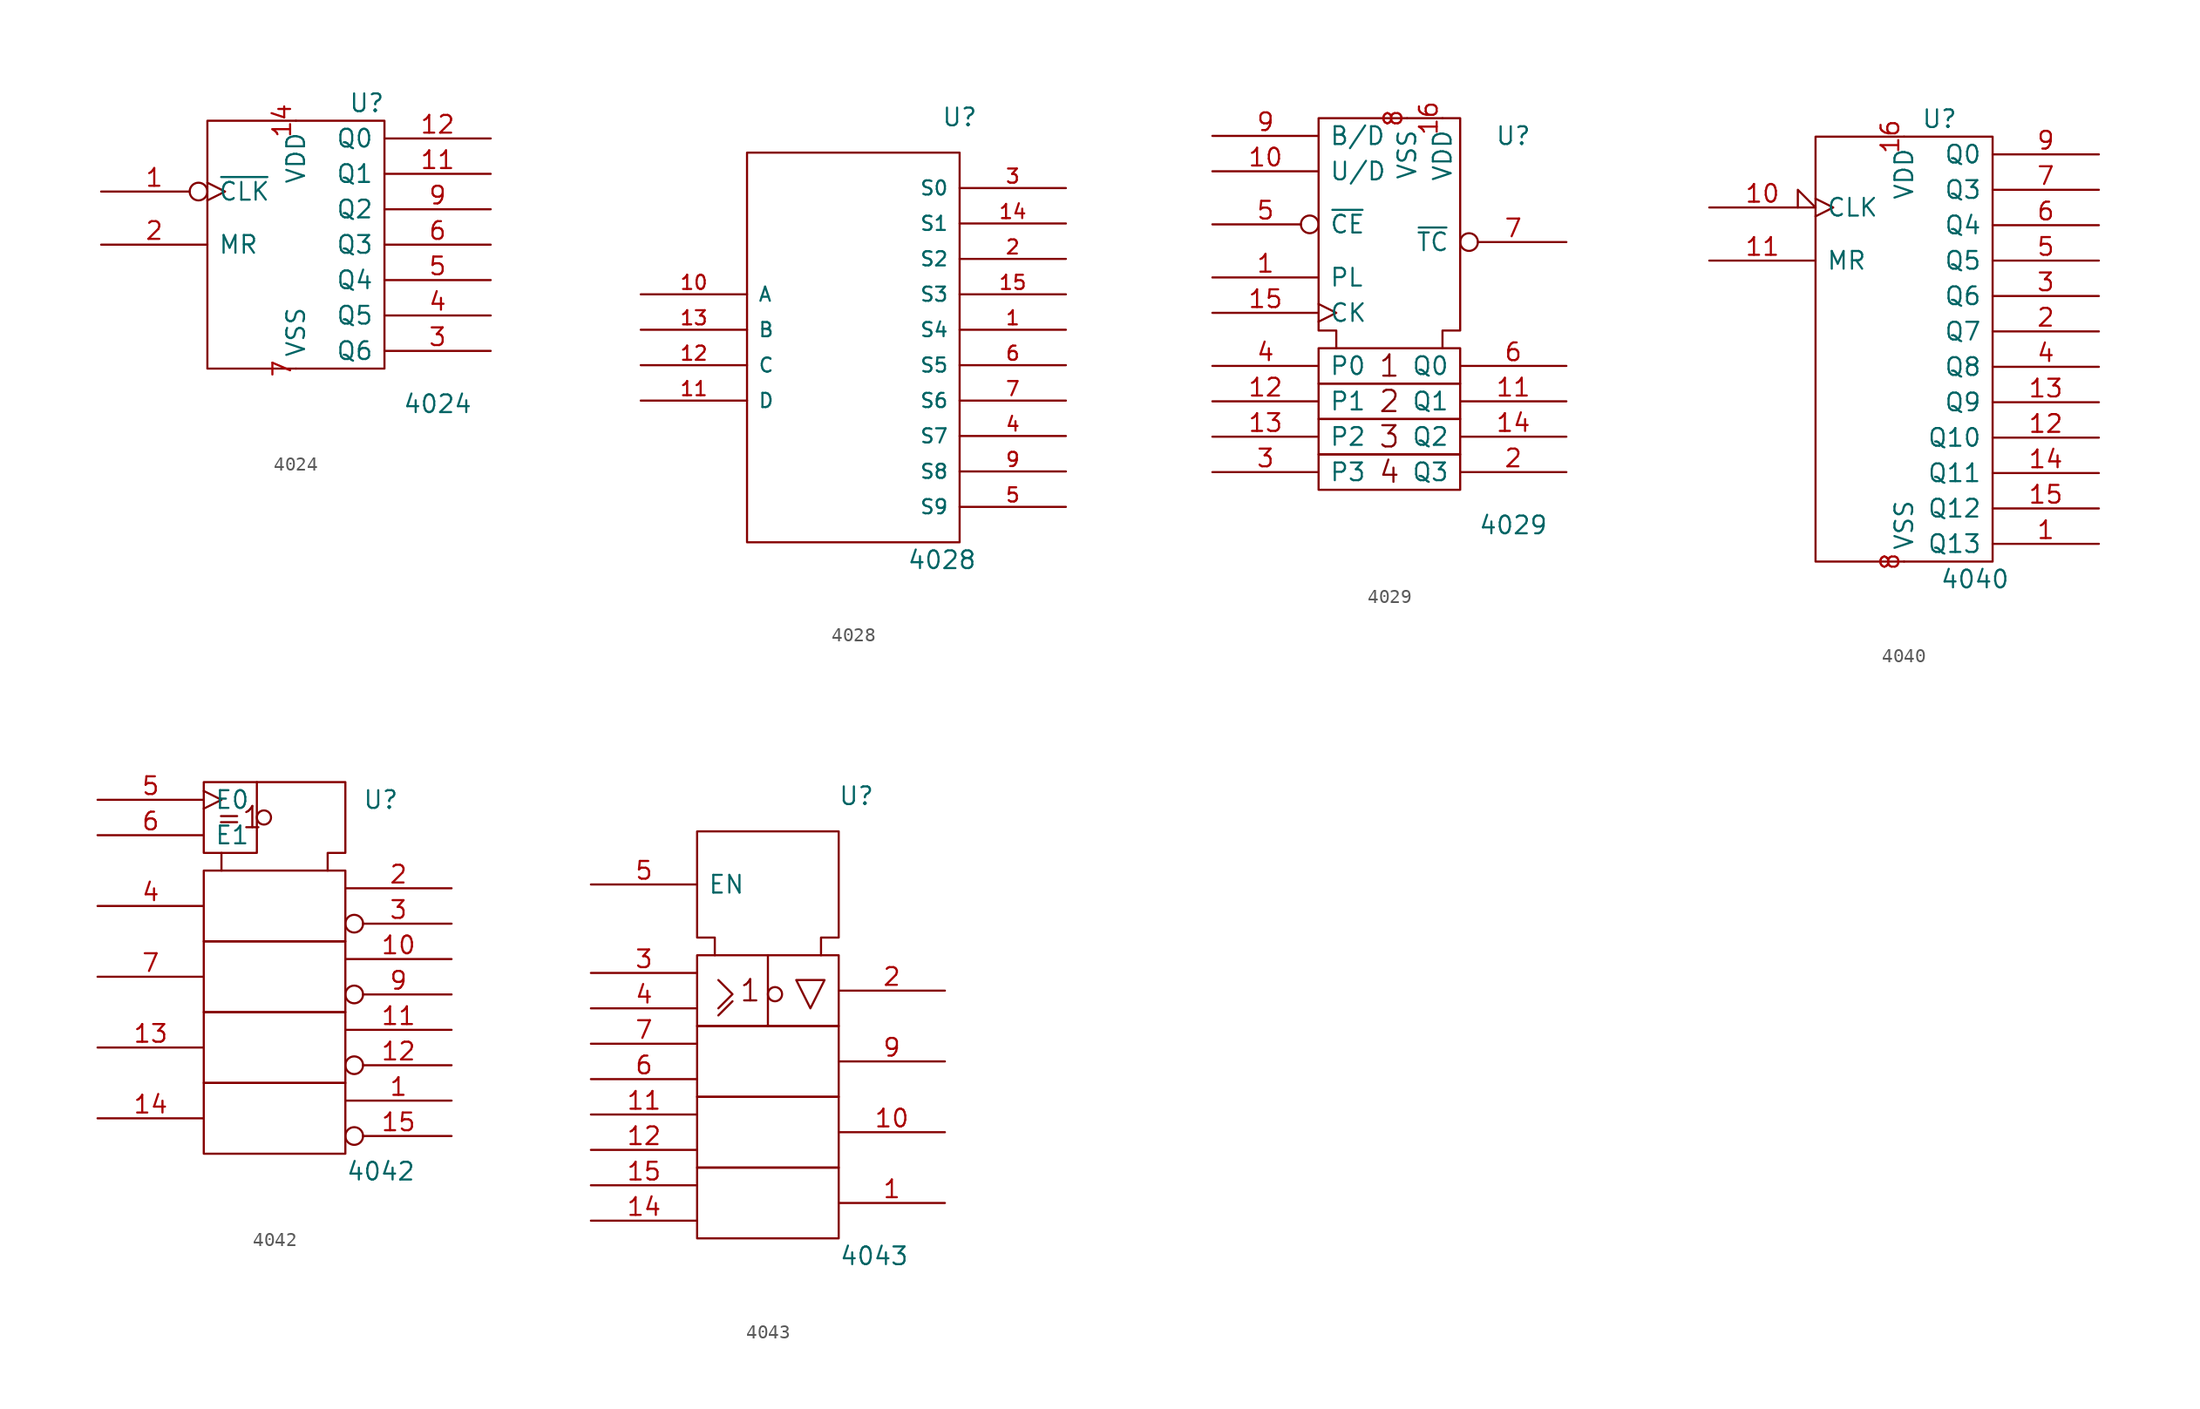
<source format=kicad_sym>
(kicad_symbol_lib
  (version 20201005)
  (generator kicad_symbol_editor)
  (symbol "4024"
    (pin_names
      (offset 0.762))
    (property "Reference" "U"
      (at 5.08 11.43 0)
      (effects (font (size 1.27 1.27))))
    (property "Value" "4024"
      (at 10.16 -10.16 0)
      (effects (font (size 1.27 1.27))))
    (symbol "4024_0_0"
      (rectangle (start -6.35 10.16) (end 6.35 -7.62) (stroke (width 0)) (fill (type none)))
      (pin power_in line (at 0 10.16 270) (length 0) (name "VDD" (effects (font (size 1.27 1.27)))) (number "14" (effects (font (size 1.27 1.27)))))
      (pin power_in line (at 0 -7.62 90) (length 0) (name "VSS" (effects (font (size 1.27 1.27)))) (number "7" (effects (font (size 1.27 1.27))))))
    (symbol "4024_1_1"
      (pin input inverted_clock (at -13.97 5.08 0) (length 7.62) (name "~CLK" (effects (font (size 1.27 1.27)))) (number "1" (effects (font (size 1.27 1.27)))))
      (pin output line (at 13.97 6.35 180) (length 7.62) (name "Q1" (effects (font (size 1.27 1.27)))) (number "11" (effects (font (size 1.27 1.27)))))
      (pin output line (at 13.97 8.89 180) (length 7.62) (name "Q0" (effects (font (size 1.27 1.27)))) (number "12" (effects (font (size 1.27 1.27)))))
      (pin input line (at -13.97 1.27 0) (length 7.62) (name "MR" (effects (font (size 1.27 1.27)))) (number "2" (effects (font (size 1.27 1.27)))))
      (pin output line (at 13.97 -6.35 180) (length 7.62) (name "Q6" (effects (font (size 1.27 1.27)))) (number "3" (effects (font (size 1.27 1.27)))))
      (pin output line (at 13.97 -3.81 180) (length 7.62) (name "Q5" (effects (font (size 1.27 1.27)))) (number "4" (effects (font (size 1.27 1.27)))))
      (pin output line (at 13.97 -1.27 180) (length 7.62) (name "Q4" (effects (font (size 1.27 1.27)))) (number "5" (effects (font (size 1.27 1.27)))))
      (pin output line (at 13.97 1.27 180) (length 7.62) (name "Q3" (effects (font (size 1.27 1.27)))) (number "6" (effects (font (size 1.27 1.27)))))
      (pin output line (at 13.97 3.81 180) (length 7.62) (name "Q2" (effects (font (size 1.27 1.27)))) (number "9" (effects (font (size 1.27 1.27)))))))
  (symbol "4028"
    (pin_names
      (offset 0.762))
    (property "Reference" "U"
      (at 7.62 16.51 0)
      (effects (font (size 1.27 1.27))))
    (property "Value" "4028"
      (at 6.35 -15.24 0)
      (effects (font (size 1.27 1.27))))
    (symbol "4028_0_0"
      (pin power_in line (at 0 13.97 270) (length 0) hide (name "VDD" (effects (font (size 1.016 1.016)))) (number "16" (effects (font (size 1.016 1.016))))))
    (symbol "4028_0_1"
      (rectangle (start -7.62 13.97) (end 7.62 -13.97) (stroke (width 0)) (fill (type none)))
      (pin power_in line (at 0 -13.97 90) (length 0) hide (name "VSS" (effects (font (size 1.016 1.016)))) (number "8" (effects (font (size 1.016 1.016))))))
    (symbol "4028_1_1"
      (pin output line (at 15.24 1.27 180) (length 7.62) (name "S4" (effects (font (size 1.016 1.016)))) (number "1" (effects (font (size 1.016 1.016)))))
      (pin input line (at -15.24 3.81 0) (length 7.62) (name "A" (effects (font (size 1.016 1.016)))) (number "10" (effects (font (size 1.016 1.016)))))
      (pin input line (at -15.24 -3.81 0) (length 7.62) (name "D" (effects (font (size 1.016 1.016)))) (number "11" (effects (font (size 1.016 1.016)))))
      (pin input line (at -15.24 -1.27 0) (length 7.62) (name "C" (effects (font (size 1.016 1.016)))) (number "12" (effects (font (size 1.016 1.016)))))
      (pin input line (at -15.24 1.27 0) (length 7.62) (name "B" (effects (font (size 1.016 1.016)))) (number "13" (effects (font (size 1.016 1.016)))))
      (pin output line (at 15.24 8.89 180) (length 7.62) (name "S1" (effects (font (size 1.016 1.016)))) (number "14" (effects (font (size 1.016 1.016)))))
      (pin output line (at 15.24 3.81 180) (length 7.62) (name "S3" (effects (font (size 1.016 1.016)))) (number "15" (effects (font (size 1.016 1.016)))))
      (pin output line (at 15.24 6.35 180) (length 7.62) (name "S2" (effects (font (size 1.016 1.016)))) (number "2" (effects (font (size 1.016 1.016)))))
      (pin output line (at 15.24 11.43 180) (length 7.62) (name "S0" (effects (font (size 1.016 1.016)))) (number "3" (effects (font (size 1.016 1.016)))))
      (pin output line (at 15.24 -6.35 180) (length 7.62) (name "S7" (effects (font (size 1.016 1.016)))) (number "4" (effects (font (size 1.016 1.016)))))
      (pin output line (at 15.24 -11.43 180) (length 7.62) (name "S9" (effects (font (size 1.016 1.016)))) (number "5" (effects (font (size 1.016 1.016)))))
      (pin output line (at 15.24 -1.27 180) (length 7.62) (name "S5" (effects (font (size 1.016 1.016)))) (number "6" (effects (font (size 1.016 1.016)))))
      (pin output line (at 15.24 -3.81 180) (length 7.62) (name "S6" (effects (font (size 1.016 1.016)))) (number "7" (effects (font (size 1.016 1.016)))))
      (pin output line (at 15.24 -8.89 180) (length 7.62) (name "S8" (effects (font (size 1.016 1.016)))) (number "9" (effects (font (size 1.016 1.016)))))))
  (symbol "4029"
    (pin_names
      (offset 0.762))
    (property "Reference" "U"
      (at 8.89 8.89 0)
      (effects (font (size 1.27 1.27))))
    (property "Value" "4029"
      (at 8.89 -19.05 0)
      (effects (font (size 1.27 1.27))))
    (symbol "4029_0_0"
      (text "1" (at 0 -7.62 0) (effects (font (size 1.524 1.524))))
      (text "2" (at 0 -10.16 0) (effects (font (size 1.524 1.524))))
      (text "3" (at 0 -12.7 0) (effects (font (size 1.524 1.524))))
      (text "4" (at 0 -15.24 0) (effects (font (size 1.524 1.524))))
      (rectangle (start -5.08 -13.97) (end 5.08 -16.51) (stroke (width 0)) (fill (type none)))
      (rectangle (start -5.08 -11.43) (end 5.08 -13.97) (stroke (width 0)) (fill (type none)))
      (rectangle (start -5.08 -8.89) (end 5.08 -11.43) (stroke (width 0)) (fill (type none)))
      (rectangle (start -5.08 -6.35) (end 5.08 -8.89) (stroke (width 0)) (fill (type none)))
      (polyline (pts (xy -3.81 -6.35) (xy -3.81 -5.08) (xy -5.08 -5.08) (xy -5.08 10.16) (xy 5.08 10.16) (xy 5.08 -5.08) (xy 3.81 -5.08) (xy 3.81 -6.35) (xy 3.81 -6.35)) (stroke (width 0)) (fill (type none))))
    (symbol "4029_1_1"
      (pin input line (at -12.7 -1.27 0) (length 7.62) (name "PL" (effects (font (size 1.27 1.27)))) (number "1" (effects (font (size 1.27 1.27)))))
      (pin input line (at -12.7 6.35 0) (length 7.62) (name "U/D" (effects (font (size 1.27 1.27)))) (number "10" (effects (font (size 1.27 1.27)))))
      (pin output line (at 12.7 -10.16 180) (length 7.62) (name "Q1" (effects (font (size 1.27 1.27)))) (number "11" (effects (font (size 1.27 1.27)))))
      (pin input line (at -12.7 -10.16 0) (length 7.62) (name "P1" (effects (font (size 1.27 1.27)))) (number "12" (effects (font (size 1.27 1.27)))))
      (pin input line (at -12.7 -12.7 0) (length 7.62) (name "P2" (effects (font (size 1.27 1.27)))) (number "13" (effects (font (size 1.27 1.27)))))
      (pin output line (at 12.7 -12.7 180) (length 7.62) (name "Q2" (effects (font (size 1.27 1.27)))) (number "14" (effects (font (size 1.27 1.27)))))
      (pin input clock (at -12.7 -3.81 0) (length 7.62) (name "CK" (effects (font (size 1.27 1.27)))) (number "15" (effects (font (size 1.27 1.27)))))
      (pin power_in line (at 3.81 10.16 270) (length 0) (name "VDD" (effects (font (size 1.27 1.27)))) (number "16" (effects (font (size 1.27 1.27)))))
      (pin output line (at 12.7 -15.24 180) (length 7.62) (name "Q3" (effects (font (size 1.27 1.27)))) (number "2" (effects (font (size 1.27 1.27)))))
      (pin input line (at -12.7 -15.24 0) (length 7.62) (name "P3" (effects (font (size 1.27 1.27)))) (number "3" (effects (font (size 1.27 1.27)))))
      (pin input line (at -12.7 -7.62 0) (length 7.62) (name "P0" (effects (font (size 1.27 1.27)))) (number "4" (effects (font (size 1.27 1.27)))))
      (pin input inverted (at -12.7 2.54 0) (length 7.62) (name "~CE" (effects (font (size 1.27 1.27)))) (number "5" (effects (font (size 1.27 1.27)))))
      (pin output line (at 12.7 -7.62 180) (length 7.62) (name "Q0" (effects (font (size 1.27 1.27)))) (number "6" (effects (font (size 1.27 1.27)))))
      (pin output inverted (at 12.7 1.27 180) (length 7.62) (name "~TC" (effects (font (size 1.27 1.27)))) (number "7" (effects (font (size 1.27 1.27)))))
      (pin power_in line (at 1.27 10.16 270) (length 0) (name "VSS" (effects (font (size 1.27 1.27)))) (number "8" (effects (font (size 1.27 1.27)))))
      (pin input line (at -12.7 8.89 0) (length 7.62) (name "B/D" (effects (font (size 1.27 1.27)))) (number "9" (effects (font (size 1.27 1.27)))))))
  (symbol "4040"
    (pin_names
      (offset 0.762))
    (property "Reference" "U"
      (at 2.54 16.51 0)
      (effects (font (size 1.27 1.27))))
    (property "Value" "4040"
      (at 5.08 -16.51 0)
      (effects (font (size 1.27 1.27))))
    (symbol "4040_0_0"
      (rectangle (start -6.35 15.24) (end 6.35 -15.24) (stroke (width 0)) (fill (type none)))
      (pin power_in line (at 0 15.24 270) (length 0) (name "VDD" (effects (font (size 1.27 1.27)))) (number "16" (effects (font (size 1.27 1.27)))))
      (pin power_in line (at 0 -15.24 90) (length 0) (name "VSS" (effects (font (size 1.27 1.27)))) (number "8" (effects (font (size 1.27 1.27))))))
    (symbol "4040_1_1"
      (pin output line (at 13.97 -13.97 180) (length 7.62) (name "Q13" (effects (font (size 1.27 1.27)))) (number "1" (effects (font (size 1.27 1.27)))))
      (pin input clock_low (at -13.97 10.16 0) (length 7.62) (name "CLK" (effects (font (size 1.27 1.27)))) (number "10" (effects (font (size 1.27 1.27)))))
      (pin input line (at -13.97 6.35 0) (length 7.62) (name "MR" (effects (font (size 1.27 1.27)))) (number "11" (effects (font (size 1.27 1.27)))))
      (pin output line (at 13.97 -6.35 180) (length 7.62) (name "Q10" (effects (font (size 1.27 1.27)))) (number "12" (effects (font (size 1.27 1.27)))))
      (pin output line (at 13.97 -3.81 180) (length 7.62) (name "Q9" (effects (font (size 1.27 1.27)))) (number "13" (effects (font (size 1.27 1.27)))))
      (pin output line (at 13.97 -8.89 180) (length 7.62) (name "Q11" (effects (font (size 1.27 1.27)))) (number "14" (effects (font (size 1.27 1.27)))))
      (pin output line (at 13.97 -11.43 180) (length 7.62) (name "Q12" (effects (font (size 1.27 1.27)))) (number "15" (effects (font (size 1.27 1.27)))))
      (pin output line (at 13.97 1.27 180) (length 7.62) (name "Q7" (effects (font (size 1.27 1.27)))) (number "2" (effects (font (size 1.27 1.27)))))
      (pin output line (at 13.97 3.81 180) (length 7.62) (name "Q6" (effects (font (size 1.27 1.27)))) (number "3" (effects (font (size 1.27 1.27)))))
      (pin output line (at 13.97 -1.27 180) (length 7.62) (name "Q8" (effects (font (size 1.27 1.27)))) (number "4" (effects (font (size 1.27 1.27)))))
      (pin output line (at 13.97 6.35 180) (length 7.62) (name "Q5" (effects (font (size 1.27 1.27)))) (number "5" (effects (font (size 1.27 1.27)))))
      (pin output line (at 13.97 8.89 180) (length 7.62) (name "Q4" (effects (font (size 1.27 1.27)))) (number "6" (effects (font (size 1.27 1.27)))))
      (pin output line (at 13.97 11.43 180) (length 7.62) (name "Q3" (effects (font (size 1.27 1.27)))) (number "7" (effects (font (size 1.27 1.27)))))
      (pin output line (at 13.97 13.97 180) (length 7.62) (name "Q0" (effects (font (size 1.27 1.27)))) (number "9" (effects (font (size 1.27 1.27)))))))
  (symbol "4042"
    (pin_names
      (offset 0.762))
    (property "Reference" "U"
      (at 7.62 11.43 0)
      (effects (font (size 1.27 1.27))))
    (property "Value" "4042"
      (at 7.62 -15.24 0)
      (effects (font (size 1.27 1.27))))
    (symbol "4042_0_0"
      (circle (center -0.762 10.16) (radius 0.508) (stroke (width 0)) (fill (type none)))
      (text "=1" (at -2.54 10.16 0) (effects (font (size 1.524 1.524))))
      (polyline (pts (xy -1.27 12.7) (xy -1.27 7.62) (xy -3.81 7.62) (xy -3.81 7.62)) (stroke (width 0)) (fill (type none))))
    (symbol "4042_0_1"
      (rectangle (start -5.08 -8.89) (end 5.08 -13.97) (stroke (width 0)) (fill (type none)))
      (rectangle (start -5.08 1.27) (end 5.08 -3.81) (stroke (width 0)) (fill (type none)))
      (rectangle (start 5.08 -3.81) (end -5.08 -8.89) (stroke (width 0)) (fill (type none)))
      (rectangle (start 5.08 6.35) (end -5.08 1.27) (stroke (width 0)) (fill (type none)))
      (polyline (pts (xy -3.81 6.35) (xy -3.81 7.62) (xy -5.08 7.62) (xy -5.08 12.7) (xy 5.08 12.7) (xy 5.08 7.62) (xy 3.81 7.62) (xy 3.81 6.35) (xy 3.81 6.35)) (stroke (width 0)) (fill (type none))))
    (symbol "4042_1_0"
      (pin output line (at 12.7 -10.16 180) (length 7.62) (name "~" (effects (font (size 1.27 1.27)))) (number "1" (effects (font (size 1.27 1.27)))))
      (pin output line (at 12.7 0 180) (length 7.62) (name "~" (effects (font (size 1.27 1.27)))) (number "10" (effects (font (size 1.27 1.27)))))
      (pin output line (at 12.7 -5.08 180) (length 7.62) (name "~" (effects (font (size 1.27 1.27)))) (number "11" (effects (font (size 1.27 1.27)))))
      (pin output inverted (at 12.7 -7.62 180) (length 7.62) (name "~" (effects (font (size 1.27 1.27)))) (number "12" (effects (font (size 1.27 1.27)))))
      (pin input line (at -12.7 -6.35 0) (length 7.62) (name "~" (effects (font (size 1.27 1.27)))) (number "13" (effects (font (size 1.27 1.27)))))
      (pin input line (at -12.7 -11.43 0) (length 7.62) (name "~" (effects (font (size 1.27 1.27)))) (number "14" (effects (font (size 1.27 1.27)))))
      (pin output inverted (at 12.7 -12.7 180) (length 7.62) (name "~" (effects (font (size 1.27 1.27)))) (number "15" (effects (font (size 1.27 1.27)))))
      (pin power_in line (at 3.81 12.7 270) (length 0) hide (name "Vdd" (effects (font (size 1.27 1.27)))) (number "16" (effects (font (size 1.27 1.27)))))
      (pin output line (at 12.7 5.08 180) (length 7.62) (name "~" (effects (font (size 1.27 1.27)))) (number "2" (effects (font (size 1.27 1.27)))))
      (pin output inverted (at 12.7 2.54 180) (length 7.62) (name "~" (effects (font (size 1.27 1.27)))) (number "3" (effects (font (size 1.27 1.27)))))
      (pin input line (at -12.7 3.81 0) (length 7.62) (name "~" (effects (font (size 1.27 1.27)))) (number "4" (effects (font (size 1.27 1.27)))))
      (pin input clock (at -12.7 11.43 0) (length 7.62) (name "E0" (effects (font (size 1.27 1.27)))) (number "5" (effects (font (size 1.27 1.27)))))
      (pin input line (at -12.7 8.89 0) (length 7.62) (name "E1" (effects (font (size 1.27 1.27)))) (number "6" (effects (font (size 1.27 1.27)))))
      (pin input line (at -12.7 -1.27 0) (length 7.62) (name "~" (effects (font (size 1.27 1.27)))) (number "7" (effects (font (size 1.27 1.27)))))
      (pin power_in line (at 1.27 12.7 270) (length 0) hide (name "Vss" (effects (font (size 1.27 1.27)))) (number "8" (effects (font (size 1.27 1.27)))))
      (pin output inverted (at 12.7 -2.54 180) (length 7.62) (name "~" (effects (font (size 1.27 1.27)))) (number "9" (effects (font (size 1.27 1.27)))))))
  (symbol "4043"
    (pin_names
      (offset 0.762))
    (property "Reference" "U"
      (at 6.35 12.7 0)
      (effects (font (size 1.27 1.27))))
    (property "Value" "4043"
      (at 7.62 -20.32 0)
      (effects (font (size 1.27 1.27))))
    (symbol "4043_0_0"
      (circle (center 0.508 -1.524) (radius 0.508) (stroke (width 0)) (fill (type none)))
      (text "1" (at -1.27 -1.27 0) (effects (font (size 1.524 1.524))))
      (rectangle (start -5.08 -13.97) (end 5.08 -19.05) (stroke (width 0)) (fill (type none)))
      (rectangle (start -5.08 -8.89) (end 5.08 -13.97) (stroke (width 0)) (fill (type none)))
      (rectangle (start -5.08 -3.81) (end 5.08 -8.89) (stroke (width 0)) (fill (type none)))
      (rectangle (start -5.08 1.27) (end 5.08 -3.81) (stroke (width 0)) (fill (type none)))
      (polyline (pts (xy -3.556 -3.048) (xy -2.54 -2.032) (xy -2.54 -2.032)) (stroke (width 0)) (fill (type none)))
      (polyline (pts (xy 0 1.27) (xy 0 -3.81) (xy 0 -3.81)) (stroke (width 0)) (fill (type none)))
      (polyline (pts (xy -3.556 -0.508) (xy -2.54 -1.524) (xy -3.556 -2.54) (xy -3.556 -2.54)) (stroke (width 0)) (fill (type none)))
      (polyline (pts (xy 2.032 -0.508) (xy 3.048 -2.54) (xy 4.064 -0.508) (xy 2.032 -0.508) (xy 2.032 -0.508)) (stroke (width 0)) (fill (type none)))
      (polyline (pts (xy -3.81 1.27) (xy -3.81 2.54) (xy -5.08 2.54) (xy -5.08 10.16) (xy 5.08 10.16) (xy 5.08 2.54) (xy 3.81 2.54) (xy 3.81 1.27) (xy 3.81 1.27)) (stroke (width 0)) (fill (type none))))
    (symbol "4043_1_0"
      (pin output line (at 12.7 -16.51 180) (length 7.62) (name "~" (effects (font (size 1.27 1.27)))) (number "1" (effects (font (size 1.27 1.27)))))
      (pin output line (at 12.7 -11.43 180) (length 7.62) (name "~" (effects (font (size 1.27 1.27)))) (number "10" (effects (font (size 1.27 1.27)))))
      (pin input line (at -12.7 -10.16 0) (length 7.62) (name "~" (effects (font (size 1.27 1.27)))) (number "11" (effects (font (size 1.27 1.27)))))
      (pin input line (at -12.7 -12.7 0) (length 7.62) (name "~" (effects (font (size 1.27 1.27)))) (number "12" (effects (font (size 1.27 1.27)))))
      (pin input line (at -12.7 -17.78 0) (length 7.62) (name "~" (effects (font (size 1.27 1.27)))) (number "14" (effects (font (size 1.27 1.27)))))
      (pin input line (at -12.7 -15.24 0) (length 7.62) (name "~" (effects (font (size 1.27 1.27)))) (number "15" (effects (font (size 1.27 1.27)))))
      (pin input line (at 3.81 10.16 270) (length 0) hide (name "Vdd" (effects (font (size 1.27 1.27)))) (number "16" (effects (font (size 1.27 1.27)))))
      (pin output line (at 12.7 -1.27 180) (length 7.62) (name "~" (effects (font (size 1.27 1.27)))) (number "2" (effects (font (size 1.27 1.27)))))
      (pin input line (at -12.7 0 0) (length 7.62) (name "~" (effects (font (size 1.27 1.27)))) (number "3" (effects (font (size 1.27 1.27)))))
      (pin input line (at -12.7 -2.54 0) (length 7.62) (name "~" (effects (font (size 1.27 1.27)))) (number "4" (effects (font (size 1.27 1.27)))))
      (pin input line (at -12.7 6.35 0) (length 7.62) (name "EN" (effects (font (size 1.27 1.27)))) (number "5" (effects (font (size 1.27 1.27)))))
      (pin input line (at -12.7 -7.62 0) (length 7.62) (name "~" (effects (font (size 1.27 1.27)))) (number "6" (effects (font (size 1.27 1.27)))))
      (pin input line (at -12.7 -5.08 0) (length 7.62) (name "~" (effects (font (size 1.27 1.27)))) (number "7" (effects (font (size 1.27 1.27)))))
      (pin input line (at 0 10.16 270) (length 0) hide (name "Vss" (effects (font (size 1.27 1.27)))) (number "8" (effects (font (size 1.27 1.27)))))
      (pin output line (at 12.7 -6.35 180) (length 7.62) (name "~" (effects (font (size 1.27 1.27)))) (number "9" (effects (font (size 1.27 1.27))))))))
</source>
